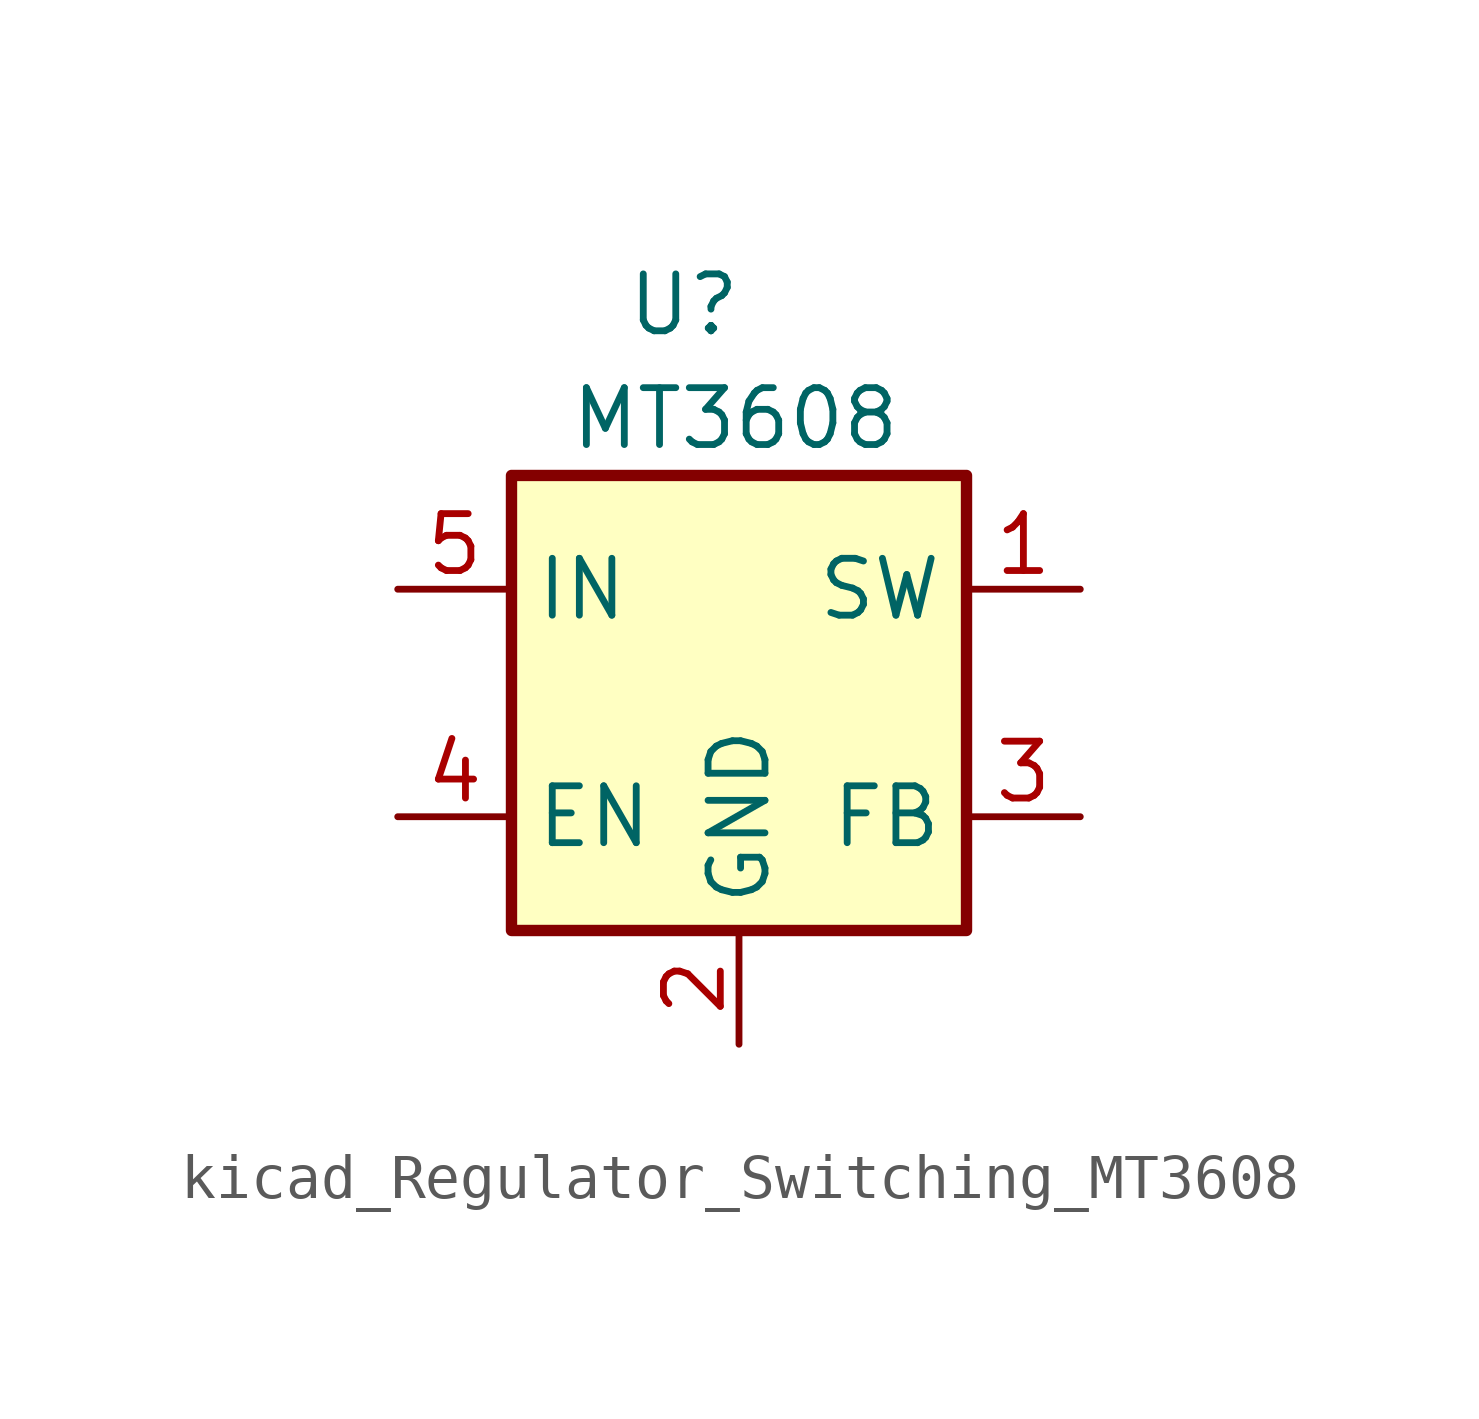
<source format=kicad_sym>
(kicad_symbol_lib
  (version 20220914)
  (generator kicad_symbol_editor)
  (symbol "kicad_Regulator_Switching_MT3608"
    (property "Reference" "U"
      (at -2.54 8.89 0)
      (effects (font (size 1.27 1.27)) (justify left)))
    (property "Value" "MT3608"
      (at -3.81 6.35 0)
      (effects (font (size 1.27 1.27)) (justify left)))
    (symbol "kicad_Regulator_Switching_MT3608_0_1"
      (rectangle (start -5.08 5.08) (end 5.08 -5.08) (stroke (width 0.254) (type default)) (fill (type background))))
    (symbol "kicad_Regulator_Switching_MT3608_1_1"
      (pin passive line (at 7.62 2.54 180) (length 2.54) (name "SW" (effects (font (size 1.27 1.27)))) (number "1" (effects (font (size 1.27 1.27)))))
      (pin power_in line (at 0 -7.62 90) (length 2.54) (name "GND" (effects (font (size 1.27 1.27)))) (number "2" (effects (font (size 1.27 1.27)))))
      (pin input line (at 7.62 -2.54 180) (length 2.54) (name "FB" (effects (font (size 1.27 1.27)))) (number "3" (effects (font (size 1.27 1.27)))))
      (pin input line (at -7.62 -2.54 0) (length 2.54) (name "EN" (effects (font (size 1.27 1.27)))) (number "4" (effects (font (size 1.27 1.27)))))
      (pin power_in line (at -7.62 2.54 0) (length 2.54) (name "IN" (effects (font (size 1.27 1.27)))) (number "5" (effects (font (size 1.27 1.27)))))
      (pin no_connect line (at 5.08 0 180) (length 2.54) hide (name "NC" (effects (font (size 1.27 1.27)))) (number "6" (effects (font (size 1.27 1.27))))))))
</source>
